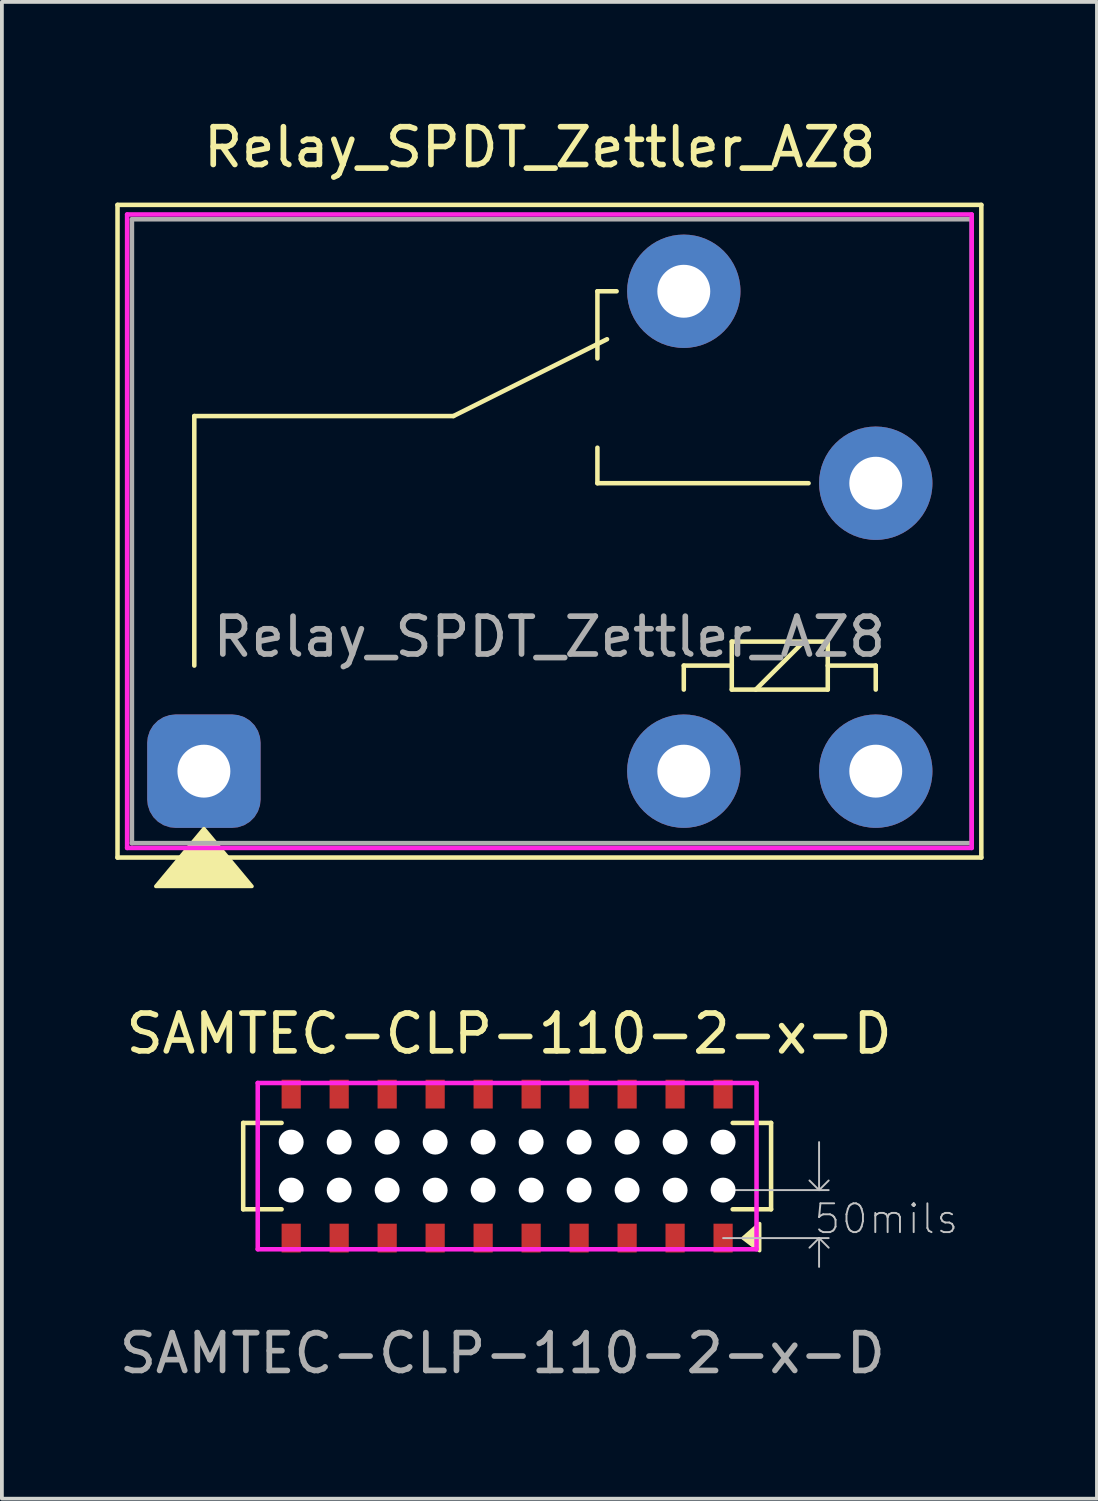
<source format=kicad_pcb>
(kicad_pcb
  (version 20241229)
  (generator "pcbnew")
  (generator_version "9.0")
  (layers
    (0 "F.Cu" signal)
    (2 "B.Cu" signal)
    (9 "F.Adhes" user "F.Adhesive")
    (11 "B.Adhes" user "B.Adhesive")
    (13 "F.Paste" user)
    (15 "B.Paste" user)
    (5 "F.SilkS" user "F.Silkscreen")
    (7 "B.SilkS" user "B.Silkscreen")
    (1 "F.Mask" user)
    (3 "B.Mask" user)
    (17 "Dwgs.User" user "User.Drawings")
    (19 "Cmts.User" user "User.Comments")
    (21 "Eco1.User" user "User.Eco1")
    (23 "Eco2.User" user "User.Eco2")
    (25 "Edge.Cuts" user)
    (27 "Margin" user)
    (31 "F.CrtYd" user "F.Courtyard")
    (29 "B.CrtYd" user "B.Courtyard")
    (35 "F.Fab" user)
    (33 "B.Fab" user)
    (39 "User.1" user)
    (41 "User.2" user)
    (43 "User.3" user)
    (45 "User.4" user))
  (footprint "Relay_SPDT_Zettler_AZ8"
    (layer "F.Cu")
    (at 2.346 17.358)
    (property "Reference" "Relay_SPDT_Zettler_AZ8" (at 8.89 -16.51 0) (layer "F.SilkS") (effects (font (size 1 1) (thickness 0.15))))
    (attr through_hole)
    (fp_line (start -2.286 -14.986) (end 20.574 -14.986) (stroke (width 0.12) (type solid)) (layer "F.SilkS"))
    (fp_line (start -2.286 2.286) (end -2.286 -14.986) (stroke (width 0.12) (type solid)) (layer "F.SilkS"))
    (fp_line (start -0.254 -9.398) (end 6.604 -9.398) (stroke (width 0.12) (type solid)) (layer "F.SilkS"))
    (fp_line (start -0.254 -2.794) (end -0.254 -9.398) (stroke (width 0.12) (type solid)) (layer "F.SilkS"))
    (fp_line (start 6.604 -9.398) (end 10.668 -11.43) (stroke (width 0.12) (type solid)) (layer "F.SilkS"))
    (fp_line (start 10.414 -12.7) (end 10.922 -12.7) (stroke (width 0.12) (type solid)) (layer "F.SilkS"))
    (fp_line (start 10.414 -10.922) (end 10.414 -12.7) (stroke (width 0.12) (type solid)) (layer "F.SilkS"))
    (fp_line (start 10.414 -7.62) (end 10.414 -8.56) (stroke (width 0.12) (type solid)) (layer "F.SilkS"))
    (fp_line (start 12.7 -2.794) (end 12.7 -2.159) (stroke (width 0.12) (type solid)) (layer "F.SilkS"))
    (fp_line (start 13.97 -3.429) (end 16.51 -3.429) (stroke (width 0.12) (type solid)) (layer "F.SilkS"))
    (fp_line (start 13.97 -2.794) (end 12.7 -2.794) (stroke (width 0.12) (type solid)) (layer "F.SilkS"))
    (fp_line (start 13.97 -2.159) (end 13.97 -3.429) (stroke (width 0.12) (type solid)) (layer "F.SilkS"))
    (fp_line (start 14.605 -2.159) (end 15.875 -3.429) (stroke (width 0.12) (type solid)) (layer "F.SilkS"))
    (fp_line (start 16.002 -7.62) (end 10.414 -7.62) (stroke (width 0.12) (type solid)) (layer "F.SilkS"))
    (fp_line (start 16.51 -3.429) (end 16.51 -2.159) (stroke (width 0.12) (type solid)) (layer "F.SilkS"))
    (fp_line (start 16.51 -2.794) (end 17.78 -2.794) (stroke (width 0.12) (type solid)) (layer "F.SilkS"))
    (fp_line (start 16.51 -2.159) (end 13.97 -2.159) (stroke (width 0.12) (type solid)) (layer "F.SilkS"))
    (fp_line (start 17.78 -2.794) (end 17.78 -2.159) (stroke (width 0.12) (type solid)) (layer "F.SilkS"))
    (fp_line (start 20.574 -14.986) (end 20.574 2.286) (stroke (width 0.12) (type solid)) (layer "F.SilkS"))
    (fp_line (start 20.574 2.286) (end -2.286 2.286) (stroke (width 0.12) (type solid)) (layer "F.SilkS"))
    (fp_poly (pts (xy 1.27 3.048) (xy -1.27 3.048) (xy 0 1.524)) (stroke (width 0.1) (type solid)) (fill yes) (layer "F.SilkS"))
    (fp_line (start -2.032 -14.732) (end 20.32 -14.732) (stroke (width 0.12) (type solid)) (layer "F.CrtYd"))
    (fp_line (start -2.032 2.032) (end -2.032 -14.732) (stroke (width 0.12) (type solid)) (layer "F.CrtYd"))
    (fp_line (start 20.32 -14.732) (end 20.32 2.032) (stroke (width 0.12) (type solid)) (layer "F.CrtYd"))
    (fp_line (start 20.32 2.032) (end -2.032 2.032) (stroke (width 0.12) (type solid)) (layer "F.CrtYd"))
    (fp_line (start -1.905 -14.605) (end 20.32 -14.605) (stroke (width 0.12) (type solid)) (layer "F.Fab"))
    (fp_line (start -1.905 1.905) (end -1.905 -14.605) (stroke (width 0.12) (type solid)) (layer "F.Fab"))
    (fp_line (start 20.32 -14.605) (end 20.32 1.905) (stroke (width 0.12) (type solid)) (layer "F.Fab"))
    (fp_line (start 20.32 1.905) (end -1.905 1.905) (stroke (width 0.12) (type solid)) (layer "F.Fab"))
    (fp_text user "${REFERENCE}" (at 9.144 -3.556 0) (layer "F.Fab") (effects (font (size 1 1) (thickness 0.15))))
    (pad "1" thru_hole roundrect (at 0 0) (size 3 3) (drill 1.4) (layers "*.Cu" "*.Mask") (roundrect_rratio 0.25))
    (pad "2" thru_hole circle (at 12.7 0) (size 3 3) (drill 1.4) (layers "*.Cu" "*.Mask"))
    (pad "3" thru_hole circle (at 17.78 -7.62) (size 3 3) (drill 1.4) (layers "*.Cu" "*.Mask"))
    (pad "4" thru_hole circle (at 12.7 -12.7) (size 3 3) (drill 1.4) (layers "*.Cu" "*.Mask"))
    (pad "5" thru_hole circle (at 17.78 0) (size 3 3) (drill 1.4) (layers "*.Cu" "*.Mask")))
  (footprint "SAMTEC-CLP-110-2-x-D"
    (layer "F.Cu")
    (at 10.371 27.81)
    (property "Reference" "SAMTEC-CLP-110-2-x-D" (at 0.051 -3.505 0) (layer "F.SilkS") (effects (font (size 1 1) (thickness 0.15))))
    (attr smd)
    (fp_line (start -6.985 -1.143) (end -5.969 -1.143) (stroke (width 0.12) (type solid)) (layer "F.SilkS"))
    (fp_line (start -6.985 1.143) (end -6.985 -1.143) (stroke (width 0.12) (type solid)) (layer "F.SilkS"))
    (fp_line (start -5.969 1.143) (end -6.985 1.143) (stroke (width 0.12) (type solid)) (layer "F.SilkS"))
    (fp_line (start 5.969 1.143) (end 6.985 1.143) (stroke (width 0.12) (type solid)) (layer "F.SilkS"))
    (fp_line (start 6.985 -1.143) (end 5.969 -1.143) (stroke (width 0.12) (type solid)) (layer "F.SilkS"))
    (fp_line (start 6.985 1.143) (end 6.985 -1.143) (stroke (width 0.12) (type solid)) (layer "F.SilkS"))
    (fp_poly (pts (xy 6.68 2.235) (xy 6.248 1.905) (xy 6.68 1.524)) (stroke (width 0.1) (type solid)) (fill yes) (layer "F.SilkS"))
    (fp_line (start 5.715 0.635) (end 8.509 0.635) (stroke (width 0.051) (type solid)) (layer "Dwgs.User"))
    (fp_line (start 5.715 1.905) (end 8.509 1.905) (stroke (width 0.051) (type solid)) (layer "Dwgs.User"))
    (fp_line (start 8.255 -0.635) (end 8.255 0.635) (stroke (width 0.051) (type solid)) (layer "Dwgs.User"))
    (fp_line (start 8.255 0.635) (end 8.001 0.381) (stroke (width 0.051) (type solid)) (layer "Dwgs.User"))
    (fp_line (start 8.255 1.905) (end 8.001 2.159) (stroke (width 0.051) (type solid)) (layer "Dwgs.User"))
    (fp_line (start 8.255 1.905) (end 8.255 2.667) (stroke (width 0.051) (type solid)) (layer "Dwgs.User"))
    (fp_line (start 8.255 1.905) (end 8.509 2.159) (stroke (width 0.051) (type solid)) (layer "Dwgs.User"))
    (fp_line (start 8.509 0.381) (end 8.255 0.635) (stroke (width 0.051) (type solid)) (layer "Dwgs.User"))
    (fp_line (start -6.6 -2.2) (end 6.6 -2.2) (stroke (width 0.12) (type solid)) (layer "F.CrtYd"))
    (fp_line (start -6.6 2.2) (end -6.6 -2.2) (stroke (width 0.12) (type solid)) (layer "F.CrtYd"))
    (fp_line (start 6.6 -2.2) (end 6.6 2.2) (stroke (width 0.12) (type solid)) (layer "F.CrtYd"))
    (fp_line (start 6.6 2.2) (end -6.6 2.2) (stroke (width 0.12) (type solid)) (layer "F.CrtYd"))
    (fp_text user "50mils" (at 10.033 1.397 0) (layer "Dwgs.User") (effects (font (size 0.762 0.762) (thickness 0.051))))
    (fp_text user "${REFERENCE}" (at -0.127 4.953 0) (layer "F.Fab") (effects (font (size 1 1) (thickness 0.15))))
    (pad "" np_thru_hole circle (at -5.715 -0.635) (size 0.66 0.66) (drill 0.66) (layers "*.Cu" "*.Mask"))
    (pad "" np_thru_hole circle (at -5.715 0.635) (size 0.66 0.66) (drill 0.66) (layers "*.Cu" "*.Mask"))
    (pad "" np_thru_hole circle (at -4.445 -0.635) (size 0.66 0.66) (drill 0.66) (layers "*.Cu" "*.Mask"))
    (pad "" np_thru_hole circle (at -4.445 0.635) (size 0.66 0.66) (drill 0.66) (layers "*.Cu" "*.Mask"))
    (pad "" np_thru_hole circle (at -3.175 -0.635) (size 0.66 0.66) (drill 0.66) (layers "*.Cu" "*.Mask"))
    (pad "" np_thru_hole circle (at -3.175 0.635) (size 0.66 0.66) (drill 0.66) (layers "*.Cu" "*.Mask"))
    (pad "" np_thru_hole circle (at -1.905 -0.635) (size 0.66 0.66) (drill 0.66) (layers "*.Cu" "*.Mask"))
    (pad "" np_thru_hole circle (at -1.905 0.635) (size 0.66 0.66) (drill 0.66) (layers "*.Cu" "*.Mask"))
    (pad "" np_thru_hole circle (at -0.635 -0.635) (size 0.66 0.66) (drill 0.66) (layers "*.Cu" "*.Mask"))
    (pad "" np_thru_hole circle (at -0.635 0.635) (size 0.66 0.66) (drill 0.66) (layers "*.Cu" "*.Mask"))
    (pad "" np_thru_hole circle (at 0.635 -0.635) (size 0.66 0.66) (drill 0.66) (layers "*.Cu" "*.Mask"))
    (pad "" np_thru_hole circle (at 0.635 0.635) (size 0.66 0.66) (drill 0.66) (layers "*.Cu" "*.Mask"))
    (pad "" np_thru_hole circle (at 1.905 -0.635) (size 0.66 0.66) (drill 0.66) (layers "*.Cu" "*.Mask"))
    (pad "" np_thru_hole circle (at 1.905 0.635) (size 0.66 0.66) (drill 0.66) (layers "*.Cu" "*.Mask"))
    (pad "" np_thru_hole circle (at 3.175 -0.635) (size 0.66 0.66) (drill 0.66) (layers "*.Cu" "*.Mask"))
    (pad "" np_thru_hole circle (at 3.175 0.635) (size 0.66 0.66) (drill 0.66) (layers "*.Cu" "*.Mask"))
    (pad "" np_thru_hole circle (at 4.445 -0.635) (size 0.66 0.66) (drill 0.66) (layers "*.Cu" "*.Mask"))
    (pad "" np_thru_hole circle (at 4.445 0.635) (size 0.66 0.66) (drill 0.66) (layers "*.Cu" "*.Mask"))
    (pad "" np_thru_hole circle (at 5.715 -0.635) (size 0.66 0.66) (drill 0.66) (layers "*.Cu" "*.Mask"))
    (pad "" np_thru_hole circle (at 5.715 0.635) (size 0.66 0.66) (drill 0.66) (layers "*.Cu" "*.Mask"))
    (pad "1" smd rect (at 5.715 1.905) (size 0.508 0.762) (layers "F.Cu" "F.Mask" "F.Paste"))
    (pad "2" smd rect (at 5.715 -1.905) (size 0.508 0.762) (layers "F.Cu" "F.Mask" "F.Paste"))
    (pad "3" smd rect (at 4.445 1.905) (size 0.508 0.762) (layers "F.Cu" "F.Mask" "F.Paste"))
    (pad "4" smd rect (at 4.445 -1.905) (size 0.508 0.762) (layers "F.Cu" "F.Mask" "F.Paste"))
    (pad "5" smd rect (at 3.175 1.905) (size 0.508 0.762) (layers "F.Cu" "F.Mask" "F.Paste"))
    (pad "6" smd rect (at 3.175 -1.905) (size 0.508 0.762) (layers "F.Cu" "F.Mask" "F.Paste"))
    (pad "7" smd rect (at 1.905 1.905) (size 0.508 0.762) (layers "F.Cu" "F.Mask" "F.Paste"))
    (pad "8" smd rect (at 1.905 -1.905) (size 0.508 0.762) (layers "F.Cu" "F.Mask" "F.Paste"))
    (pad "9" smd rect (at 0.635 1.905) (size 0.508 0.762) (layers "F.Cu" "F.Mask" "F.Paste"))
    (pad "10" smd rect (at 0.635 -1.905) (size 0.508 0.762) (layers "F.Cu" "F.Mask" "F.Paste"))
    (pad "11" smd rect (at -0.635 1.905) (size 0.508 0.762) (layers "F.Cu" "F.Mask" "F.Paste"))
    (pad "12" smd rect (at -0.635 -1.905) (size 0.508 0.762) (layers "F.Cu" "F.Mask" "F.Paste"))
    (pad "13" smd rect (at -1.905 1.905) (size 0.508 0.762) (layers "F.Cu" "F.Mask" "F.Paste"))
    (pad "14" smd rect (at -1.905 -1.905) (size 0.508 0.762) (layers "F.Cu" "F.Mask" "F.Paste"))
    (pad "15" smd rect (at -3.175 1.905) (size 0.508 0.762) (layers "F.Cu" "F.Mask" "F.Paste"))
    (pad "16" smd rect (at -3.175 -1.905) (size 0.508 0.762) (layers "F.Cu" "F.Mask" "F.Paste"))
    (pad "17" smd rect (at -4.445 1.905) (size 0.508 0.762) (layers "F.Cu" "F.Mask" "F.Paste"))
    (pad "18" smd rect (at -4.445 -1.905) (size 0.508 0.762) (layers "F.Cu" "F.Mask" "F.Paste"))
    (pad "19" smd rect (at -5.715 1.905) (size 0.508 0.762) (layers "F.Cu" "F.Mask" "F.Paste"))
    (pad "20" smd rect (at -5.715 -1.905) (size 0.508 0.762) (layers "F.Cu" "F.Mask" "F.Paste")))
  (gr_rect
    (start -3 -3)
    (end 25.98 36.611)
    (stroke (width 0.1) (type default))
    (fill no)
    (layer "Edge.Cuts")))
</source>
